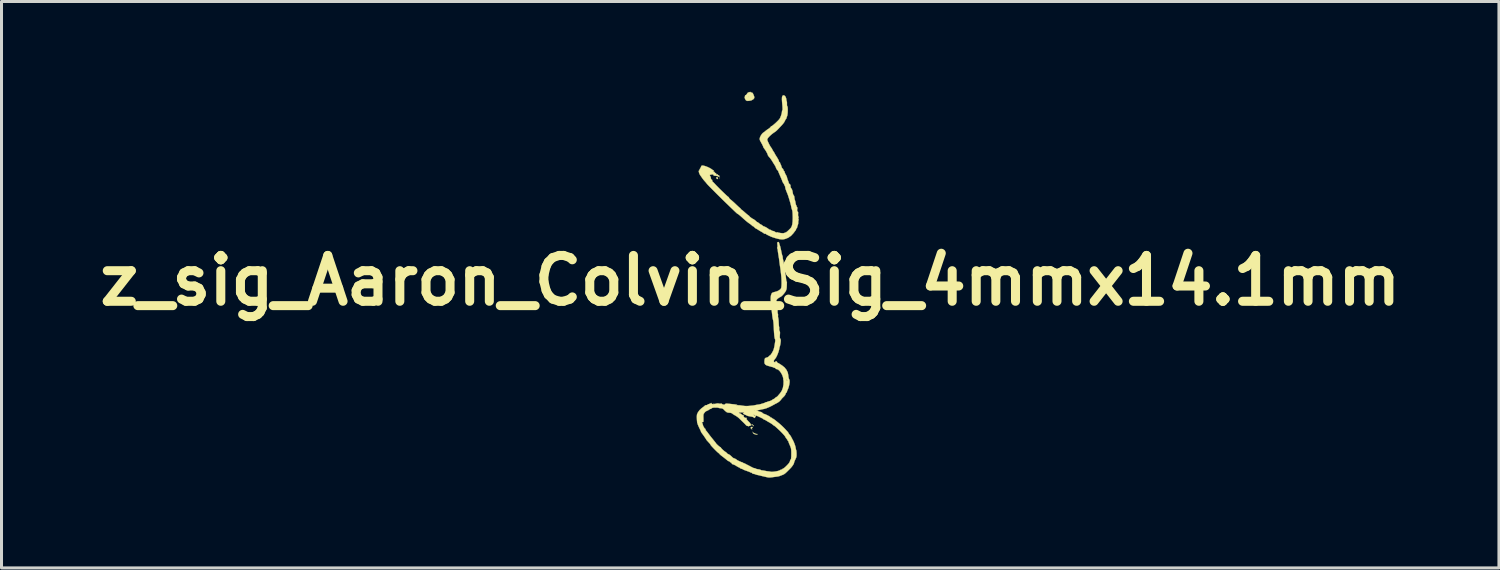
<source format=kicad_pcb>
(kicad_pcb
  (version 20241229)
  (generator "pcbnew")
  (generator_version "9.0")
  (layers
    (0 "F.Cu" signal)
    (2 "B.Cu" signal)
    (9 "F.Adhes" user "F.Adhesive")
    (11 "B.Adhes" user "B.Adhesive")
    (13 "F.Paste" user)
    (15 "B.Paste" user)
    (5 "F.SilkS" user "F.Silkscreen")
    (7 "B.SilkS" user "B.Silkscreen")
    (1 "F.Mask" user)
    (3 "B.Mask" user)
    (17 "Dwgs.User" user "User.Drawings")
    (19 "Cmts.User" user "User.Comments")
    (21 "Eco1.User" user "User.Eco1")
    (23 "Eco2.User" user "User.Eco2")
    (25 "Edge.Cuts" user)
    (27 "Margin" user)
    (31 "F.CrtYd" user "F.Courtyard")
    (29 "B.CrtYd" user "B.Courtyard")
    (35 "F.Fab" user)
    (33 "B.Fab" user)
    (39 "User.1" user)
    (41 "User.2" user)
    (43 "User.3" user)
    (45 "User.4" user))
  (footprint "z_sig_Aaron_Colvin_Sig_4mmx14.1mm"
    (layer "F.Cu")
    (at 21.888 6.275)
    (property "Reference" "z_sig_Aaron_Colvin_Sig_4mmx14.1mm" (at 0 0 0) (layer "F.SilkS") (effects (font (size 1.524 1.524) (thickness 0.3))))
    (attr through_hole)
    (fp_poly (pts (xy -0.051 4.858) (xy -0.057 4.864) (xy -0.064 4.858) (xy -0.057 4.851) (xy -0.051 4.858)) (stroke (width 0.01) (type solid)) (fill yes) (layer "F.SilkS"))
    (fp_poly (pts (xy 0.064 4.959) (xy 0.057 4.966) (xy 0.051 4.959) (xy 0.057 4.953) (xy 0.064 4.959)) (stroke (width 0.01) (type solid)) (fill yes) (layer "F.SilkS"))
    (fp_poly (pts (xy 0.089 5.036) (xy 0.083 5.042) (xy 0.076 5.036) (xy 0.083 5.029) (xy 0.089 5.036)) (stroke (width 0.01) (type solid)) (fill yes) (layer "F.SilkS"))
    (fp_poly (pts (xy -1.198 4.081) (xy -1.2 4.088) (xy -1.206 4.089) (xy -1.217 4.085) (xy -1.215 4.081) (xy -1.2 4.079) (xy -1.198 4.081)) (stroke (width 0.01) (type solid)) (fill yes) (layer "F.SilkS"))
    (fp_poly (pts (xy -1.008 -3.412) (xy -1.009 -3.405) (xy -1.016 -3.404) (xy -1.026 -3.408) (xy -1.024 -3.412) (xy -1.009 -3.414) (xy -1.008 -3.412)) (stroke (width 0.01) (type solid)) (fill yes) (layer "F.SilkS"))
    (fp_poly (pts (xy 0.076 4.785) (xy 0.076 4.788) (xy 0.067 4.8) (xy 0.064 4.801) (xy 0.051 4.791) (xy 0.051 4.788) (xy 0.06 4.776) (xy 0.064 4.775) (xy 0.076 4.785)) (stroke (width 0.01) (type solid)) (fill yes) (layer "F.SilkS"))
    (fp_poly (pts (xy 0.112 4.82) (xy 0.114 4.826) (xy 0.105 4.838) (xy 0.102 4.839) (xy 0.085 4.829) (xy 0.083 4.826) (xy 0.085 4.815) (xy 0.095 4.813) (xy 0.112 4.82)) (stroke (width 0.01) (type solid)) (fill yes) (layer "F.SilkS"))
    (fp_poly (pts (xy -1.093 -3.435) (xy -1.079 -3.415) (xy -1.072 -3.387) (xy -1.082 -3.374) (xy -1.104 -3.378) (xy -1.111 -3.383) (xy -1.127 -3.406) (xy -1.126 -3.421) (xy -1.112 -3.44) (xy -1.093 -3.435)) (stroke (width 0.01) (type solid)) (fill yes) (layer "F.SilkS"))
    (fp_poly (pts (xy 0.075 4.874) (xy 0.076 4.883) (xy 0.07 4.9) (xy 0.064 4.902) (xy 0.052 4.913) (xy 0.049 4.922) (xy 0.042 4.935) (xy 0.029 4.926) (xy 0.014 4.9) (xy 0.021 4.879) (xy 0.033 4.872) (xy 0.062 4.865) (xy 0.075 4.874)) (stroke (width 0.01) (type solid)) (fill yes) (layer "F.SilkS"))
    (fp_poly (pts (xy 0.103 5.058) (xy 0.128 5.07) (xy 0.148 5.081) (xy 0.183 5.096) (xy 0.212 5.102) (xy 0.218 5.101) (xy 0.237 5.101) (xy 0.241 5.107) (xy 0.231 5.116) (xy 0.204 5.118) (xy 0.17 5.113) (xy 0.137 5.103) (xy 0.124 5.096) (xy 0.1 5.078) (xy 0.089 5.065) (xy 0.089 5.064) (xy 0.092 5.056) (xy 0.103 5.058)) (stroke (width 0.01) (type solid)) (fill yes) (layer "F.SilkS"))
    (fp_poly (pts (xy 0.01 -6.263) (xy 0.025 -6.252) (xy 0.046 -6.248) (xy 0.067 -6.244) (xy 0.085 -6.225) (xy 0.103 -6.188) (xy 0.125 -6.134) (xy 0.135 -6.096) (xy 0.133 -6.068) (xy 0.119 -6.044) (xy 0.103 -6.027) (xy 0.048 -5.993) (xy 0.004 -5.981) (xy -0.055 -5.972) (xy -0.096 -5.971) (xy -0.123 -5.978) (xy -0.144 -5.993) (xy -0.148 -5.998) (xy -0.167 -6.027) (xy -0.18 -6.061) (xy -0.185 -6.093) (xy -0.183 -6.102) (xy -0.064 -6.102) (xy -0.057 -6.096) (xy -0.051 -6.102) (xy -0.057 -6.109) (xy -0.064 -6.102) (xy -0.183 -6.102) (xy -0.18 -6.113) (xy -0.178 -6.115) (xy -0.171 -6.131) (xy -0.173 -6.141) (xy -0.171 -6.156) (xy -0.157 -6.16) (xy -0.135 -6.171) (xy -0.111 -6.201) (xy -0.108 -6.207) (xy -0.083 -6.242) (xy -0.057 -6.255) (xy -0.057 -6.255) (xy -0.026 -6.261) (xy -0.013 -6.267) (xy 0.005 -6.27) (xy 0.01 -6.263)) (stroke (width 0.01) (type solid)) (fill yes) (layer "F.SilkS"))
    (fp_poly (pts (xy 1.116 -6.157) (xy 1.148 -6.141) (xy 1.175 -6.106) (xy 1.193 -6.057) (xy 1.199 -6.023) (xy 1.204 -5.986) (xy 1.211 -5.959) (xy 1.213 -5.956) (xy 1.219 -5.934) (xy 1.221 -5.897) (xy 1.22 -5.87) (xy 1.221 -5.821) (xy 1.229 -5.794) (xy 1.233 -5.79) (xy 1.24 -5.773) (xy 1.245 -5.737) (xy 1.247 -5.688) (xy 1.246 -5.632) (xy 1.244 -5.575) (xy 1.238 -5.523) (xy 1.231 -5.483) (xy 1.225 -5.464) (xy 1.212 -5.432) (xy 1.207 -5.408) (xy 1.2 -5.385) (xy 1.194 -5.378) (xy 1.182 -5.363) (xy 1.164 -5.333) (xy 1.15 -5.305) (xy 1.136 -5.276) (xy 1.119 -5.249) (xy 1.096 -5.219) (xy 1.066 -5.183) (xy 1.024 -5.137) (xy 0.969 -5.079) (xy 0.94 -5.048) (xy 0.9 -5.007) (xy 0.871 -4.979) (xy 0.847 -4.959) (xy 0.822 -4.941) (xy 0.794 -4.922) (xy 0.749 -4.89) (xy 0.699 -4.85) (xy 0.651 -4.806) (xy 0.611 -4.765) (xy 0.585 -4.732) (xy 0.585 -4.731) (xy 0.568 -4.699) (xy 0.566 -4.672) (xy 0.572 -4.653) (xy 0.592 -4.606) (xy 0.617 -4.554) (xy 0.644 -4.501) (xy 0.67 -4.456) (xy 0.691 -4.423) (xy 0.7 -4.412) (xy 0.718 -4.39) (xy 0.724 -4.376) (xy 0.731 -4.359) (xy 0.748 -4.328) (xy 0.768 -4.296) (xy 0.792 -4.261) (xy 0.808 -4.234) (xy 0.813 -4.223) (xy 0.819 -4.209) (xy 0.836 -4.18) (xy 0.859 -4.143) (xy 0.9 -4.078) (xy 0.927 -4.031) (xy 0.944 -3.997) (xy 0.952 -3.972) (xy 0.953 -3.962) (xy 0.961 -3.942) (xy 0.972 -3.937) (xy 0.987 -3.926) (xy 0.991 -3.912) (xy 0.995 -3.889) (xy 1.001 -3.881) (xy 1.01 -3.866) (xy 1.023 -3.835) (xy 1.035 -3.798) (xy 1.05 -3.755) (xy 1.066 -3.728) (xy 1.075 -3.721) (xy 1.09 -3.71) (xy 1.1 -3.684) (xy 1.111 -3.655) (xy 1.125 -3.64) (xy 1.139 -3.623) (xy 1.143 -3.605) (xy 1.15 -3.579) (xy 1.167 -3.542) (xy 1.181 -3.518) (xy 1.204 -3.476) (xy 1.22 -3.434) (xy 1.224 -3.416) (xy 1.235 -3.372) (xy 1.25 -3.334) (xy 1.267 -3.293) (xy 1.278 -3.254) (xy 1.287 -3.226) (xy 1.3 -3.213) (xy 1.301 -3.213) (xy 1.318 -3.202) (xy 1.333 -3.177) (xy 1.34 -3.147) (xy 1.338 -3.13) (xy 1.34 -3.107) (xy 1.355 -3.076) (xy 1.358 -3.071) (xy 1.378 -3.042) (xy 1.389 -3.021) (xy 1.39 -3.018) (xy 1.397 -2.993) (xy 1.4 -2.985) (xy 1.406 -2.961) (xy 1.412 -2.923) (xy 1.414 -2.909) (xy 1.423 -2.869) (xy 1.437 -2.841) (xy 1.442 -2.836) (xy 1.459 -2.81) (xy 1.468 -2.762) (xy 1.468 -2.756) (xy 1.473 -2.714) (xy 1.481 -2.68) (xy 1.485 -2.669) (xy 1.494 -2.643) (xy 1.502 -2.604) (xy 1.506 -2.58) (xy 1.513 -2.541) (xy 1.521 -2.514) (xy 1.526 -2.507) (xy 1.535 -2.49) (xy 1.537 -2.48) (xy 1.545 -2.454) (xy 1.556 -2.439) (xy 1.567 -2.416) (xy 1.565 -2.385) (xy 1.562 -2.376) (xy 1.558 -2.339) (xy 1.564 -2.307) (xy 1.578 -2.288) (xy 1.586 -2.286) (xy 1.59 -2.275) (xy 1.592 -2.245) (xy 1.59 -2.216) (xy 1.589 -2.166) (xy 1.596 -2.134) (xy 1.6 -2.128) (xy 1.608 -2.103) (xy 1.602 -2.086) (xy 1.596 -2.059) (xy 1.602 -2.048) (xy 1.61 -2.026) (xy 1.603 -1.997) (xy 1.596 -1.959) (xy 1.596 -1.928) (xy 1.595 -1.896) (xy 1.585 -1.857) (xy 1.582 -1.848) (xy 1.569 -1.812) (xy 1.562 -1.783) (xy 1.562 -1.778) (xy 1.553 -1.751) (xy 1.543 -1.74) (xy 1.527 -1.718) (xy 1.524 -1.706) (xy 1.516 -1.681) (xy 1.511 -1.673) (xy 1.497 -1.656) (xy 1.473 -1.624) (xy 1.443 -1.584) (xy 1.434 -1.572) (xy 1.356 -1.488) (xy 1.264 -1.424) (xy 1.168 -1.385) (xy 1.107 -1.37) (xy 1.048 -1.367) (xy 0.979 -1.375) (xy 0.955 -1.38) (xy 0.902 -1.392) (xy 0.838 -1.41) (xy 0.775 -1.429) (xy 0.72 -1.448) (xy 0.692 -1.459) (xy 0.62 -1.492) (xy 0.566 -1.519) (xy 0.532 -1.538) (xy 0.521 -1.549) (xy 0.521 -1.549) (xy 0.51 -1.555) (xy 0.489 -1.555) (xy 0.465 -1.556) (xy 0.457 -1.563) (xy 0.447 -1.575) (xy 0.42 -1.593) (xy 0.397 -1.607) (xy 0.348 -1.635) (xy 0.296 -1.666) (xy 0.279 -1.677) (xy 0.241 -1.701) (xy 0.206 -1.721) (xy 0.192 -1.727) (xy 0.162 -1.747) (xy 0.137 -1.772) (xy 0.115 -1.794) (xy 0.096 -1.803) (xy 0.096 -1.803) (xy 0.077 -1.812) (xy 0.056 -1.831) (xy 0.032 -1.852) (xy -0.004 -1.88) (xy -0.038 -1.903) (xy -0.073 -1.928) (xy -0.121 -1.966) (xy -0.176 -2.013) (xy -0.233 -2.063) (xy -0.25 -2.079) (xy -0.3 -2.124) (xy -0.345 -2.163) (xy -0.38 -2.192) (xy -0.402 -2.208) (xy -0.407 -2.21) (xy -0.422 -2.218) (xy -0.451 -2.24) (xy -0.486 -2.273) (xy -0.5 -2.286) (xy -0.534 -2.318) (xy -0.581 -2.364) (xy -0.639 -2.419) (xy -0.702 -2.48) (xy -0.766 -2.542) (xy -0.774 -2.549) (xy -0.836 -2.609) (xy -0.904 -2.675) (xy -0.976 -2.746) (xy -1.05 -2.819) (xy -1.124 -2.892) (xy -1.195 -2.964) (xy -1.262 -3.031) (xy -1.322 -3.091) (xy -1.373 -3.143) (xy -1.412 -3.184) (xy -1.438 -3.212) (xy -1.448 -3.224) (xy -1.448 -3.225) (xy -1.456 -3.237) (xy -1.477 -3.262) (xy -1.503 -3.291) (xy -1.539 -3.332) (xy -1.573 -3.375) (xy -1.591 -3.399) (xy -1.619 -3.44) (xy -1.652 -3.486) (xy -1.664 -3.504) (xy -1.685 -3.54) (xy -1.7 -3.579) (xy -1.709 -3.616) (xy -1.71 -3.645) (xy -1.702 -3.657) (xy -1.7 -3.658) (xy -1.69 -3.668) (xy -1.689 -3.675) (xy -1.682 -3.697) (xy -1.666 -3.723) (xy -1.645 -3.758) (xy -1.634 -3.788) (xy -1.621 -3.814) (xy -1.597 -3.823) (xy -1.591 -3.823) (xy -1.541 -3.816) (xy -1.478 -3.797) (xy -1.409 -3.77) (xy -1.342 -3.737) (xy -1.284 -3.702) (xy -1.249 -3.675) (xy -1.227 -3.658) (xy -1.211 -3.656) (xy -1.211 -3.656) (xy -1.209 -3.654) (xy -1.218 -3.642) (xy -1.227 -3.623) (xy -1.214 -3.617) (xy -1.204 -3.618) (xy -1.191 -3.609) (xy -1.181 -3.594) (xy -1.163 -3.574) (xy -1.149 -3.569) (xy -1.134 -3.558) (xy -1.13 -3.543) (xy -1.125 -3.523) (xy -1.118 -3.518) (xy -1.106 -3.528) (xy -1.105 -3.533) (xy -1.099 -3.536) (xy -1.085 -3.521) (xy -1.067 -3.502) (xy -1.054 -3.499) (xy -1.04 -3.495) (xy -1.029 -3.481) (xy -1.023 -3.456) (xy -1.035 -3.446) (xy -1.057 -3.453) (xy -1.066 -3.46) (xy -1.096 -3.474) (xy -1.143 -3.481) (xy -1.153 -3.482) (xy -1.192 -3.484) (xy -1.214 -3.492) (xy -1.223 -3.506) (xy -1.224 -3.509) (xy -1.231 -3.524) (xy -1.247 -3.529) (xy -1.279 -3.526) (xy -1.285 -3.525) (xy -1.319 -3.519) (xy -1.342 -3.512) (xy -1.345 -3.511) (xy -1.343 -3.497) (xy -1.331 -3.471) (xy -1.329 -3.467) (xy -1.315 -3.437) (xy -1.31 -3.414) (xy -1.31 -3.413) (xy -1.308 -3.391) (xy -1.296 -3.367) (xy -1.282 -3.349) (xy -1.271 -3.346) (xy -1.264 -3.342) (xy -1.266 -3.328) (xy -1.261 -3.3) (xy -1.244 -3.281) (xy -1.214 -3.253) (xy -1.189 -3.227) (xy -1.159 -3.194) (xy -1.119 -3.152) (xy -1.069 -3.102) (xy -1.015 -3.047) (xy -0.958 -2.991) (xy -0.901 -2.936) (xy -0.848 -2.885) (xy -0.802 -2.841) (xy -0.765 -2.808) (xy -0.74 -2.787) (xy -0.731 -2.781) (xy -0.715 -2.771) (xy -0.707 -2.752) (xy -0.692 -2.728) (xy -0.664 -2.699) (xy -0.647 -2.686) (xy -0.618 -2.663) (xy -0.576 -2.626) (xy -0.527 -2.582) (xy -0.475 -2.533) (xy -0.466 -2.524) (xy -0.419 -2.48) (xy -0.378 -2.442) (xy -0.347 -2.415) (xy -0.33 -2.401) (xy -0.327 -2.4) (xy -0.319 -2.39) (xy -0.318 -2.381) (xy -0.312 -2.366) (xy -0.306 -2.365) (xy -0.293 -2.359) (xy -0.265 -2.338) (xy -0.228 -2.307) (xy -0.197 -2.28) (xy -0.152 -2.24) (xy -0.109 -2.204) (xy -0.076 -2.177) (xy -0.062 -2.167) (xy -0.037 -2.149) (xy -0.026 -2.134) (xy -0.025 -2.133) (xy -0.016 -2.122) (xy 0.008 -2.102) (xy 0.038 -2.08) (xy 0.068 -2.059) (xy 0.091 -2.047) (xy 0.097 -2.045) (xy 0.112 -2.037) (xy 0.138 -2.019) (xy 0.168 -1.996) (xy 0.193 -1.974) (xy 0.207 -1.959) (xy 0.225 -1.944) (xy 0.232 -1.943) (xy 0.251 -1.935) (xy 0.279 -1.915) (xy 0.292 -1.904) (xy 0.32 -1.882) (xy 0.341 -1.868) (xy 0.346 -1.867) (xy 0.362 -1.86) (xy 0.389 -1.841) (xy 0.401 -1.832) (xy 0.428 -1.812) (xy 0.445 -1.802) (xy 0.448 -1.801) (xy 0.46 -1.799) (xy 0.488 -1.787) (xy 0.523 -1.769) (xy 0.559 -1.748) (xy 0.59 -1.727) (xy 0.606 -1.715) (xy 0.629 -1.697) (xy 0.644 -1.691) (xy 0.666 -1.688) (xy 0.693 -1.675) (xy 0.712 -1.661) (xy 0.712 -1.661) (xy 0.73 -1.652) (xy 0.75 -1.648) (xy 0.783 -1.641) (xy 0.8 -1.633) (xy 0.845 -1.605) (xy 0.876 -1.597) (xy 0.89 -1.601) (xy 0.908 -1.605) (xy 0.914 -1.601) (xy 0.929 -1.594) (xy 0.963 -1.587) (xy 1.008 -1.579) (xy 1.014 -1.578) (xy 1.069 -1.573) (xy 1.107 -1.574) (xy 1.134 -1.581) (xy 1.139 -1.583) (xy 1.167 -1.596) (xy 1.186 -1.6) (xy 1.201 -1.609) (xy 1.229 -1.631) (xy 1.265 -1.663) (xy 1.302 -1.699) (xy 1.337 -1.735) (xy 1.353 -1.753) (xy 1.379 -1.8) (xy 1.398 -1.869) (xy 1.409 -1.962) (xy 1.413 -2.078) (xy 1.412 -2.132) (xy 1.409 -2.225) (xy 1.404 -2.293) (xy 1.396 -2.336) (xy 1.392 -2.348) (xy 1.379 -2.382) (xy 1.368 -2.426) (xy 1.366 -2.438) (xy 1.356 -2.489) (xy 1.339 -2.557) (xy 1.317 -2.635) (xy 1.293 -2.715) (xy 1.269 -2.793) (xy 1.246 -2.86) (xy 1.227 -2.908) (xy 1.201 -2.971) (xy 1.18 -3.028) (xy 1.167 -3.073) (xy 1.163 -3.101) (xy 1.164 -3.106) (xy 1.161 -3.126) (xy 1.157 -3.13) (xy 1.144 -3.149) (xy 1.143 -3.156) (xy 1.136 -3.176) (xy 1.119 -3.208) (xy 1.105 -3.23) (xy 1.083 -3.264) (xy 1.07 -3.29) (xy 1.067 -3.299) (xy 1.062 -3.317) (xy 1.049 -3.35) (xy 1.034 -3.386) (xy 1.015 -3.43) (xy 0.999 -3.467) (xy 0.991 -3.486) (xy 0.98 -3.513) (xy 0.963 -3.551) (xy 0.954 -3.572) (xy 0.939 -3.608) (xy 0.929 -3.636) (xy 0.927 -3.645) (xy 0.918 -3.657) (xy 0.916 -3.658) (xy 0.903 -3.668) (xy 0.884 -3.692) (xy 0.866 -3.723) (xy 0.854 -3.751) (xy 0.851 -3.763) (xy 0.844 -3.782) (xy 0.827 -3.813) (xy 0.816 -3.831) (xy 0.792 -3.868) (xy 0.761 -3.918) (xy 0.731 -3.968) (xy 0.73 -3.969) (xy 0.698 -4.019) (xy 0.663 -4.067) (xy 0.632 -4.103) (xy 0.632 -4.103) (xy 0.605 -4.134) (xy 0.588 -4.162) (xy 0.584 -4.173) (xy 0.577 -4.198) (xy 0.559 -4.237) (xy 0.534 -4.284) (xy 0.504 -4.333) (xy 0.474 -4.376) (xy 0.468 -4.383) (xy 0.446 -4.414) (xy 0.433 -4.438) (xy 0.432 -4.444) (xy 0.426 -4.463) (xy 0.409 -4.5) (xy 0.379 -4.557) (xy 0.338 -4.631) (xy 0.319 -4.672) (xy 0.314 -4.708) (xy 0.317 -4.734) (xy 0.331 -4.777) (xy 0.357 -4.826) (xy 0.388 -4.872) (xy 0.42 -4.906) (xy 0.435 -4.917) (xy 0.463 -4.935) (xy 0.495 -4.962) (xy 0.5 -4.966) (xy 0.533 -4.993) (xy 0.575 -5.023) (xy 0.598 -5.037) (xy 0.635 -5.063) (xy 0.664 -5.089) (xy 0.675 -5.102) (xy 0.692 -5.124) (xy 0.705 -5.131) (xy 0.724 -5.139) (xy 0.756 -5.162) (xy 0.796 -5.196) (xy 0.842 -5.236) (xy 0.887 -5.279) (xy 0.928 -5.32) (xy 0.961 -5.356) (xy 0.979 -5.38) (xy 1.002 -5.425) (xy 1.024 -5.482) (xy 1.042 -5.54) (xy 1.052 -5.59) (xy 1.054 -5.609) (xy 1.058 -5.64) (xy 1.066 -5.657) (xy 1.067 -5.658) (xy 1.072 -5.669) (xy 1.074 -5.698) (xy 1.073 -5.745) (xy 1.069 -5.813) (xy 1.061 -5.903) (xy 1.058 -5.937) (xy 1.053 -6.023) (xy 1.055 -6.086) (xy 1.066 -6.128) (xy 1.084 -6.151) (xy 1.111 -6.157) (xy 1.116 -6.157)) (stroke (width 0.01) (type solid)) (fill yes) (layer "F.SilkS"))
    (fp_poly (pts (xy 0.95 -1.273) (xy 0.961 -1.245) (xy 0.965 -1.229) (xy 0.976 -1.189) (xy 0.988 -1.156) (xy 0.99 -1.149) (xy 0.997 -1.127) (xy 1.007 -1.086) (xy 1.019 -1.032) (xy 1.03 -0.978) (xy 1.042 -0.919) (xy 1.053 -0.87) (xy 1.063 -0.835) (xy 1.069 -0.82) (xy 1.077 -0.799) (xy 1.079 -0.77) (xy 1.083 -0.729) (xy 1.091 -0.693) (xy 1.099 -0.662) (xy 1.109 -0.611) (xy 1.12 -0.544) (xy 1.133 -0.466) (xy 1.147 -0.381) (xy 1.159 -0.295) (xy 1.171 -0.211) (xy 1.182 -0.134) (xy 1.189 -0.069) (xy 1.192 -0.047) (xy 1.197 -0.004) (xy 1.204 0.026) (xy 1.21 0.038) (xy 1.21 0.038) (xy 1.219 0.046) (xy 1.219 0.054) (xy 1.218 0.067) (xy 1.217 0.1) (xy 1.216 0.146) (xy 1.215 0.171) (xy 1.212 0.234) (xy 1.206 0.28) (xy 1.195 0.318) (xy 1.182 0.347) (xy 1.152 0.396) (xy 1.112 0.447) (xy 1.07 0.494) (xy 1.031 0.528) (xy 1.015 0.538) (xy 0.961 0.568) (xy 0.924 0.593) (xy 0.895 0.619) (xy 0.893 0.621) (xy 0.87 0.654) (xy 0.864 0.684) (xy 0.876 0.704) (xy 0.876 0.705) (xy 0.882 0.721) (xy 0.886 0.754) (xy 0.886 0.795) (xy 0.887 0.841) (xy 0.891 0.874) (xy 0.898 0.887) (xy 0.904 0.904) (xy 0.908 0.941) (xy 0.908 0.991) (xy 0.908 1.039) (xy 0.911 1.078) (xy 0.917 1.101) (xy 0.917 1.102) (xy 0.924 1.124) (xy 0.924 1.158) (xy 0.923 1.163) (xy 0.922 1.204) (xy 0.929 1.241) (xy 0.929 1.242) (xy 0.935 1.27) (xy 0.941 1.315) (xy 0.945 1.37) (xy 0.946 1.397) (xy 0.949 1.452) (xy 0.952 1.499) (xy 0.957 1.532) (xy 0.959 1.54) (xy 0.964 1.569) (xy 0.962 1.605) (xy 0.961 1.606) (xy 0.964 1.654) (xy 0.974 1.676) (xy 0.984 1.696) (xy 0.989 1.724) (xy 0.988 1.766) (xy 0.985 1.809) (xy 0.982 1.864) (xy 0.983 1.899) (xy 0.988 1.92) (xy 0.995 1.929) (xy 1.008 1.951) (xy 1.014 1.985) (xy 1.014 1.991) (xy 1.012 2.032) (xy 1.006 2.083) (xy 0.997 2.136) (xy 0.987 2.18) (xy 0.981 2.197) (xy 0.973 2.226) (xy 0.97 2.242) (xy 0.958 2.303) (xy 0.938 2.372) (xy 0.912 2.443) (xy 0.883 2.509) (xy 0.855 2.562) (xy 0.833 2.593) (xy 0.796 2.639) (xy 0.781 2.674) (xy 0.788 2.7) (xy 0.81 2.715) (xy 0.83 2.715) (xy 0.838 2.698) (xy 0.838 2.697) (xy 0.846 2.683) (xy 0.858 2.685) (xy 0.879 2.691) (xy 0.884 2.692) (xy 0.889 2.703) (xy 0.889 2.71) (xy 0.899 2.729) (xy 0.911 2.736) (xy 0.925 2.741) (xy 0.941 2.749) (xy 0.964 2.763) (xy 0.999 2.785) (xy 1.05 2.818) (xy 1.055 2.821) (xy 1.14 2.889) (xy 1.204 2.969) (xy 1.247 3.059) (xy 1.266 3.157) (xy 1.266 3.162) (xy 1.271 3.209) (xy 1.28 3.25) (xy 1.289 3.272) (xy 1.304 3.307) (xy 1.309 3.336) (xy 1.307 3.397) (xy 1.295 3.47) (xy 1.277 3.542) (xy 1.255 3.604) (xy 1.252 3.609) (xy 1.234 3.65) (xy 1.222 3.683) (xy 1.219 3.699) (xy 1.209 3.72) (xy 1.201 3.725) (xy 1.186 3.741) (xy 1.175 3.771) (xy 1.175 3.771) (xy 1.16 3.805) (xy 1.128 3.846) (xy 1.077 3.897) (xy 1.068 3.905) (xy 1.053 3.922) (xy 1.029 3.952) (xy 1.013 3.973) (xy 0.97 4.018) (xy 0.918 4.055) (xy 0.908 4.061) (xy 0.869 4.081) (xy 0.839 4.096) (xy 0.812 4.111) (xy 0.778 4.13) (xy 0.73 4.156) (xy 0.724 4.16) (xy 0.635 4.204) (xy 0.547 4.241) (xy 0.468 4.266) (xy 0.431 4.273) (xy 0.384 4.282) (xy 0.33 4.294) (xy 0.308 4.3) (xy 0.266 4.308) (xy 0.232 4.311) (xy 0.219 4.31) (xy 0.207 4.308) (xy 0.218 4.317) (xy 0.222 4.32) (xy 0.256 4.338) (xy 0.299 4.355) (xy 0.338 4.366) (xy 0.357 4.369) (xy 0.378 4.377) (xy 0.405 4.399) (xy 0.406 4.401) (xy 0.431 4.422) (xy 0.452 4.432) (xy 0.453 4.432) (xy 0.476 4.438) (xy 0.513 4.452) (xy 0.557 4.473) (xy 0.601 4.495) (xy 0.638 4.516) (xy 0.663 4.533) (xy 0.668 4.54) (xy 0.686 4.556) (xy 0.7 4.559) (xy 0.72 4.565) (xy 0.724 4.572) (xy 0.734 4.584) (xy 0.737 4.585) (xy 0.756 4.592) (xy 0.787 4.612) (xy 0.825 4.638) (xy 0.852 4.661) (xy 0.877 4.681) (xy 0.909 4.707) (xy 0.916 4.712) (xy 0.979 4.764) (xy 1.048 4.826) (xy 1.114 4.89) (xy 1.169 4.947) (xy 1.174 4.953) (xy 1.206 4.988) (xy 1.231 5.015) (xy 1.244 5.029) (xy 1.245 5.029) (xy 1.256 5.044) (xy 1.272 5.072) (xy 1.275 5.076) (xy 1.293 5.106) (xy 1.31 5.126) (xy 1.311 5.127) (xy 1.326 5.144) (xy 1.346 5.174) (xy 1.358 5.194) (xy 1.382 5.241) (xy 1.41 5.293) (xy 1.422 5.315) (xy 1.446 5.365) (xy 1.469 5.422) (xy 1.489 5.48) (xy 1.504 5.532) (xy 1.511 5.569) (xy 1.511 5.574) (xy 1.517 5.609) (xy 1.524 5.627) (xy 1.531 5.65) (xy 1.536 5.692) (xy 1.539 5.743) (xy 1.539 5.756) (xy 1.539 5.812) (xy 1.535 5.852) (xy 1.526 5.888) (xy 1.507 5.929) (xy 1.501 5.942) (xy 1.481 5.984) (xy 1.466 6.02) (xy 1.461 6.04) (xy 1.46 6.041) (xy 1.45 6.082) (xy 1.421 6.135) (xy 1.376 6.196) (xy 1.315 6.263) (xy 1.31 6.267) (xy 1.25 6.327) (xy 1.204 6.372) (xy 1.169 6.404) (xy 1.141 6.426) (xy 1.117 6.441) (xy 1.093 6.453) (xy 1.078 6.459) (xy 1.038 6.474) (xy 1.005 6.487) (xy 0.997 6.49) (xy 0.971 6.5) (xy 0.942 6.508) (xy 0.904 6.515) (xy 0.851 6.522) (xy 0.806 6.528) (xy 0.752 6.535) (xy 0.706 6.541) (xy 0.674 6.545) (xy 0.667 6.546) (xy 0.635 6.547) (xy 0.603 6.545) (xy 0.57 6.539) (xy 0.517 6.528) (xy 0.442 6.51) (xy 0.345 6.487) (xy 0.305 6.477) (xy 0.264 6.467) (xy 0.229 6.46) (xy 0.221 6.458) (xy 0.187 6.449) (xy 0.168 6.44) (xy 0.134 6.429) (xy 0.108 6.426) (xy 0.081 6.42) (xy 0.068 6.407) (xy 0.051 6.391) (xy 0.039 6.388) (xy 0.014 6.382) (xy 0.006 6.377) (xy -0.011 6.368) (xy -0.046 6.353) (xy -0.093 6.336) (xy -0.119 6.327) (xy -0.17 6.309) (xy -0.212 6.292) (xy -0.239 6.279) (xy -0.245 6.275) (xy -0.266 6.262) (xy -0.273 6.261) (xy -0.296 6.256) (xy -0.324 6.244) (xy -0.347 6.23) (xy -0.356 6.22) (xy -0.366 6.211) (xy -0.373 6.21) (xy -0.393 6.204) (xy -0.425 6.186) (xy -0.459 6.165) (xy -0.502 6.139) (xy -0.543 6.12) (xy -0.567 6.112) (xy -0.602 6.099) (xy -0.614 6.081) (xy -0.631 6.057) (xy -0.646 6.049) (xy -0.67 6.036) (xy -0.678 6.025) (xy -0.695 6.01) (xy -0.708 6.007) (xy -0.729 5.999) (xy -0.761 5.978) (xy -0.783 5.959) (xy -0.819 5.93) (xy -0.866 5.892) (xy -0.917 5.853) (xy -0.932 5.842) (xy -0.974 5.81) (xy -1.006 5.782) (xy -1.025 5.762) (xy -1.028 5.756) (xy -1.039 5.742) (xy -1.044 5.74) (xy -1.058 5.732) (xy -1.085 5.708) (xy -1.122 5.674) (xy -1.164 5.632) (xy -1.207 5.588) (xy -1.249 5.544) (xy -1.284 5.506) (xy -1.309 5.476) (xy -1.321 5.459) (xy -1.321 5.458) (xy -1.323 5.45) (xy -1.331 5.437) (xy -1.347 5.417) (xy -1.376 5.386) (xy -1.419 5.339) (xy -1.443 5.312) (xy -1.458 5.294) (xy -1.46 5.29) (xy -1.467 5.276) (xy -1.486 5.246) (xy -1.512 5.208) (xy -1.542 5.164) (xy -1.572 5.122) (xy -1.594 5.093) (xy -1.618 5.059) (xy -1.634 5.033) (xy -1.638 5.023) (xy -1.643 5.005) (xy -1.657 4.973) (xy -1.67 4.947) (xy -1.705 4.874) (xy -1.73 4.818) (xy -1.748 4.773) (xy -1.759 4.733) (xy -1.763 4.71) (xy -1.609 4.71) (xy -1.608 4.719) (xy -1.598 4.734) (xy -1.583 4.763) (xy -1.576 4.793) (xy -1.568 4.823) (xy -1.551 4.858) (xy -1.531 4.893) (xy -1.511 4.918) (xy -1.497 4.928) (xy -1.488 4.938) (xy -1.486 4.951) (xy -1.477 4.98) (xy -1.468 4.99) (xy -1.451 5.008) (xy -1.426 5.04) (xy -1.397 5.079) (xy -1.395 5.082) (xy -1.363 5.124) (xy -1.322 5.178) (xy -1.276 5.236) (xy -1.241 5.278) (xy -1.204 5.325) (xy -1.172 5.364) (xy -1.151 5.391) (xy -1.143 5.403) (xy -1.143 5.403) (xy -1.134 5.417) (xy -1.111 5.442) (xy -1.08 5.472) (xy -1.047 5.501) (xy -1.018 5.524) (xy -0.999 5.537) (xy -0.996 5.537) (xy -0.98 5.545) (xy -0.978 5.551) (xy -0.969 5.567) (xy -0.945 5.594) (xy -0.913 5.626) (xy -0.877 5.657) (xy -0.843 5.684) (xy -0.823 5.697) (xy -0.793 5.718) (xy -0.775 5.739) (xy -0.754 5.76) (xy -0.726 5.772) (xy -0.699 5.785) (xy -0.663 5.811) (xy -0.628 5.843) (xy -0.595 5.874) (xy -0.568 5.897) (xy -0.552 5.905) (xy -0.552 5.905) (xy -0.529 5.912) (xy -0.497 5.926) (xy -0.467 5.943) (xy -0.45 5.957) (xy -0.435 5.969) (xy -0.404 5.986) (xy -0.363 6.005) (xy -0.321 6.024) (xy -0.285 6.038) (xy -0.262 6.045) (xy -0.26 6.045) (xy -0.242 6.053) (xy -0.239 6.057) (xy -0.225 6.068) (xy -0.21 6.073) (xy -0.186 6.079) (xy -0.178 6.083) (xy -0.164 6.092) (xy -0.134 6.108) (xy -0.114 6.118) (xy -0.068 6.141) (xy -0.016 6.168) (xy 0.006 6.18) (xy 0.056 6.206) (xy 0.088 6.222) (xy 0.109 6.231) (xy 0.123 6.235) (xy 0.137 6.236) (xy 0.139 6.236) (xy 0.163 6.241) (xy 0.171 6.247) (xy 0.189 6.258) (xy 0.228 6.268) (xy 0.284 6.277) (xy 0.295 6.278) (xy 0.327 6.286) (xy 0.345 6.296) (xy 0.371 6.307) (xy 0.394 6.31) (xy 0.426 6.313) (xy 0.468 6.321) (xy 0.483 6.324) (xy 0.533 6.334) (xy 0.588 6.342) (xy 0.601 6.343) (xy 0.638 6.347) (xy 0.662 6.351) (xy 0.667 6.352) (xy 0.688 6.359) (xy 0.73 6.359) (xy 0.79 6.353) (xy 0.855 6.344) (xy 0.908 6.333) (xy 0.952 6.321) (xy 0.981 6.309) (xy 0.986 6.305) (xy 1.012 6.29) (xy 1.028 6.287) (xy 1.055 6.277) (xy 1.067 6.267) (xy 1.087 6.251) (xy 1.097 6.248) (xy 1.114 6.24) (xy 1.143 6.217) (xy 1.179 6.184) (xy 1.185 6.179) (xy 1.333 6.179) (xy 1.34 6.185) (xy 1.346 6.179) (xy 1.34 6.172) (xy 1.333 6.179) (xy 1.185 6.179) (xy 1.218 6.146) (xy 1.254 6.108) (xy 1.282 6.075) (xy 1.287 6.068) (xy 1.308 6.035) (xy 1.32 6.007) (xy 1.321 5.999) (xy 1.329 5.973) (xy 1.343 5.953) (xy 1.352 5.939) (xy 1.358 5.918) (xy 1.362 5.886) (xy 1.363 5.874) (xy 1.41 5.874) (xy 1.416 5.88) (xy 1.422 5.874) (xy 1.416 5.867) (xy 1.41 5.874) (xy 1.363 5.874) (xy 1.364 5.838) (xy 1.365 5.77) (xy 1.365 5.762) (xy 1.365 5.689) (xy 1.362 5.634) (xy 1.357 5.59) (xy 1.346 5.549) (xy 1.329 5.504) (xy 1.304 5.447) (xy 1.3 5.438) (xy 1.284 5.399) (xy 1.273 5.366) (xy 1.27 5.353) (xy 1.263 5.336) (xy 1.257 5.334) (xy 1.246 5.324) (xy 1.245 5.318) (xy 1.237 5.299) (xy 1.217 5.27) (xy 1.207 5.257) (xy 1.184 5.228) (xy 1.171 5.205) (xy 1.169 5.199) (xy 1.16 5.183) (xy 1.138 5.154) (xy 1.105 5.116) (xy 1.066 5.073) (xy 1.024 5.03) (xy 0.991 4.997) (xy 0.916 4.927) (xy 0.86 4.876) (xy 0.821 4.842) (xy 0.8 4.827) (xy 0.796 4.826) (xy 0.781 4.818) (xy 0.757 4.798) (xy 0.752 4.794) (xy 0.723 4.771) (xy 0.681 4.743) (xy 0.635 4.716) (xy 0.589 4.69) (xy 0.547 4.665) (xy 0.518 4.647) (xy 0.518 4.647) (xy 0.488 4.63) (xy 0.464 4.623) (xy 0.464 4.623) (xy 0.447 4.618) (xy 0.444 4.613) (xy 0.434 4.601) (xy 0.416 4.589) (xy 0.348 4.555) (xy 0.298 4.531) (xy 0.262 4.514) (xy 0.236 4.503) (xy 0.217 4.496) (xy 0.212 4.495) (xy 0.186 4.49) (xy 0.181 4.497) (xy 0.182 4.5) (xy 0.179 4.52) (xy 0.163 4.546) (xy 0.162 4.547) (xy 0.144 4.567) (xy 0.133 4.569) (xy 0.12 4.554) (xy 0.1 4.539) (xy 0.06 4.527) (xy 0.003 4.517) (xy -0.047 4.508) (xy -0.089 4.498) (xy -0.114 4.488) (xy -0.117 4.486) (xy -0.141 4.472) (xy -0.172 4.458) (xy 0.104 4.458) (xy 0.109 4.465) (xy 0.121 4.475) (xy 0.149 4.493) (xy 0.164 4.491) (xy 0.165 4.483) (xy 0.156 4.471) (xy 0.153 4.47) (xy 0.132 4.467) (xy 0.119 4.462) (xy 0.104 4.458) (xy -0.172 4.458) (xy -0.177 4.456) (xy -0.185 4.453) (xy -0.217 4.439) (xy -0.236 4.423) (xy -0.239 4.412) (xy -0.223 4.407) (xy -0.206 4.401) (xy -0.203 4.395) (xy -0.215 4.389) (xy -0.245 4.385) (xy -0.289 4.383) (xy -0.292 4.383) (xy -0.341 4.385) (xy -0.371 4.39) (xy -0.381 4.398) (xy -0.369 4.408) (xy -0.346 4.415) (xy -0.312 4.43) (xy -0.281 4.454) (xy -0.256 4.473) (xy -0.234 4.478) (xy -0.233 4.478) (xy -0.22 4.478) (xy -0.222 4.494) (xy -0.218 4.52) (xy -0.199 4.546) (xy -0.17 4.564) (xy -0.142 4.566) (xy -0.141 4.566) (xy -0.119 4.566) (xy -0.114 4.578) (xy -0.127 4.591) (xy -0.129 4.598) (xy -0.121 4.612) (xy -0.101 4.637) (xy -0.067 4.675) (xy -0.017 4.727) (xy -0.013 4.732) (xy 0.006 4.756) (xy 0.013 4.772) (xy 0.023 4.789) (xy 0.029 4.792) (xy 0.037 4.801) (xy 0.027 4.813) (xy 0.002 4.825) (xy -0.03 4.834) (xy -0.063 4.836) (xy -0.104 4.832) (xy -0.132 4.817) (xy -0.145 4.803) (xy -0.167 4.778) (xy -0.201 4.744) (xy -0.239 4.706) (xy -0.241 4.704) (xy -0.286 4.661) (xy -0.333 4.615) (xy -0.368 4.58) (xy -0.413 4.542) (xy -0.466 4.505) (xy -0.495 4.488) (xy -0.538 4.463) (xy -0.577 4.438) (xy -0.596 4.423) (xy -0.629 4.403) (xy -0.672 4.395) (xy -0.69 4.394) (xy -0.736 4.391) (xy -0.772 4.381) (xy -0.807 4.358) (xy -0.847 4.32) (xy -0.855 4.312) (xy 0.14 4.312) (xy 0.146 4.318) (xy 0.152 4.312) (xy 0.146 4.305) (xy 0.14 4.312) (xy -0.855 4.312) (xy -0.859 4.308) (xy -0.892 4.275) (xy -0.919 4.257) (xy -0.951 4.248) (xy -0.984 4.244) (xy -1.022 4.24) (xy -1.048 4.235) (xy -1.054 4.231) (xy -1.066 4.227) (xy -1.097 4.224) (xy -1.141 4.223) (xy -1.154 4.223) (xy -1.211 4.224) (xy -1.248 4.229) (xy -1.272 4.239) (xy -1.279 4.245) (xy -1.305 4.262) (xy -1.323 4.267) (xy -1.345 4.275) (xy -1.367 4.291) (xy -1.397 4.311) (xy -1.434 4.328) (xy -1.436 4.329) (xy -1.474 4.346) (xy -1.506 4.375) (xy -1.54 4.42) (xy -1.542 4.423) (xy -1.552 4.444) (xy -1.557 4.473) (xy -1.558 4.516) (xy -1.556 4.576) (xy -1.555 4.635) (xy -1.556 4.677) (xy -1.56 4.698) (xy -1.563 4.701) (xy -1.586 4.705) (xy -1.587 4.705) (xy -1.607 4.71) (xy -1.609 4.71) (xy -1.763 4.71) (xy -1.767 4.693) (xy -1.771 4.646) (xy -1.773 4.616) (xy -1.776 4.53) (xy -1.772 4.468) (xy -1.767 4.443) (xy -1.735 4.376) (xy -1.685 4.309) (xy -1.624 4.251) (xy -1.599 4.232) (xy -1.562 4.205) (xy -1.533 4.182) (xy -1.52 4.169) (xy -1.511 4.163) (xy -0.477 4.163) (xy -0.465 4.165) (xy -0.448 4.162) (xy -0.448 4.158) (xy -0.465 4.155) (xy -0.472 4.157) (xy -0.477 4.163) (xy -1.511 4.163) (xy -1.5 4.155) (xy -1.486 4.153) (xy -1.461 4.147) (xy -1.428 4.134) (xy -1.257 4.134) (xy -1.251 4.14) (xy -1.245 4.134) (xy -1.251 4.128) (xy -1.257 4.134) (xy -1.428 4.134) (xy -1.425 4.132) (xy -1.402 4.121) (xy -1.365 4.103) (xy -1.336 4.092) (xy -1.325 4.089) (xy -1.31 4.081) (xy -1.308 4.076) (xy -1.3 4.068) (xy -1.295 4.07) (xy -1.287 4.085) (xy -1.289 4.089) (xy -1.283 4.098) (xy -1.261 4.104) (xy -1.228 4.108) (xy -1.194 4.107) (xy -1.171 4.102) (xy -1.126 4.09) (xy -1.087 4.084) (xy -1.061 4.083) (xy -1.054 4.088) (xy -1.043 4.093) (xy -1.014 4.094) (xy -0.997 4.093) (xy -0.957 4.091) (xy -0.94 4.098) (xy -0.94 4.1) (xy -0.929 4.112) (xy -0.915 4.115) (xy -0.891 4.121) (xy -0.882 4.128) (xy -0.868 4.131) (xy -0.844 4.114) (xy -0.825 4.099) (xy -0.805 4.092) (xy -0.775 4.091) (xy -0.729 4.095) (xy -0.727 4.095) (xy -0.674 4.1) (xy -0.623 4.106) (xy -0.591 4.109) (xy -0.517 4.117) (xy -0.465 4.125) (xy -0.437 4.134) (xy -0.432 4.139) (xy -0.421 4.145) (xy -0.396 4.146) (xy -0.366 4.146) (xy -0.321 4.151) (xy -0.269 4.159) (xy -0.261 4.16) (xy -0.201 4.168) (xy -0.137 4.172) (xy -0.084 4.171) (xy -0.009 4.165) (xy 0.047 4.159) (xy 0.089 4.155) (xy 0.123 4.15) (xy 0.153 4.144) (xy 0.171 4.14) (xy 0.217 4.131) (xy 0.259 4.124) (xy 0.273 4.123) (xy 0.308 4.117) (xy 0.358 4.104) (xy 0.418 4.086) (xy 0.479 4.066) (xy 0.487 4.063) (xy 0.803 4.063) (xy 0.805 4.064) (xy 0.817 4.055) (xy 0.819 4.051) (xy 0.822 4.039) (xy 0.821 4.039) (xy 0.809 4.048) (xy 0.806 4.051) (xy 0.803 4.063) (xy 0.487 4.063) (xy 0.535 4.045) (xy 0.555 4.037) (xy 0.598 4.021) (xy 0.639 4.009) (xy 0.648 4.007) (xy 0.686 3.994) (xy 0.725 3.972) (xy 0.73 3.968) (xy 0.759 3.948) (xy 0.78 3.938) (xy 0.783 3.937) (xy 0.8 3.929) (xy 0.823 3.908) (xy 0.826 3.905) (xy 0.85 3.884) (xy 0.869 3.874) (xy 0.87 3.873) (xy 0.886 3.864) (xy 0.911 3.842) (xy 0.922 3.829) (xy 0.955 3.79) (xy 0.989 3.75) (xy 0.995 3.744) (xy 1.048 3.664) (xy 1.085 3.568) (xy 1.105 3.459) (xy 1.108 3.343) (xy 1.102 3.297) (xy 1.206 3.297) (xy 1.213 3.316) (xy 1.225 3.323) (xy 1.23 3.321) (xy 1.228 3.308) (xy 1.222 3.299) (xy 1.209 3.292) (xy 1.206 3.297) (xy 1.102 3.297) (xy 1.096 3.244) (xy 1.077 3.177) (xy 1.048 3.111) (xy 1.011 3.05) (xy 0.97 2.999) (xy 0.928 2.962) (xy 0.888 2.945) (xy 0.879 2.944) (xy 0.851 2.939) (xy 0.847 2.927) (xy 0.84 2.913) (xy 0.812 2.902) (xy 0.811 2.902) (xy 0.777 2.892) (xy 0.754 2.881) (xy 0.754 2.881) (xy 0.734 2.872) (xy 0.728 2.872) (xy 0.708 2.869) (xy 0.699 2.866) (xy 0.676 2.859) (xy 0.639 2.848) (xy 0.604 2.839) (xy 0.541 2.818) (xy 0.5 2.792) (xy 0.478 2.757) (xy 0.471 2.711) (xy 0.471 2.706) (xy 0.475 2.646) (xy 0.482 2.606) (xy 0.495 2.582) (xy 0.517 2.569) (xy 0.539 2.564) (xy 0.59 2.545) (xy 0.616 2.523) (xy 0.637 2.5) (xy 0.654 2.489) (xy 0.655 2.489) (xy 0.67 2.479) (xy 0.692 2.451) (xy 0.718 2.411) (xy 0.744 2.366) (xy 0.766 2.322) (xy 0.774 2.302) (xy 0.787 2.258) (xy 0.8 2.206) (xy 0.812 2.139) (xy 0.825 2.054) (xy 0.831 2.014) (xy 0.832 1.975) (xy 0.825 1.949) (xy 0.823 1.946) (xy 0.814 1.923) (xy 0.806 1.877) (xy 0.798 1.81) (xy 0.791 1.725) (xy 0.785 1.623) (xy 0.783 1.562) (xy 0.777 1.457) (xy 0.77 1.377) (xy 0.761 1.319) (xy 0.754 1.295) (xy 0.748 1.268) (xy 0.74 1.221) (xy 0.732 1.16) (xy 0.724 1.09) (xy 0.716 1.017) (xy 0.709 0.947) (xy 0.705 0.884) (xy 0.703 0.857) (xy 0.7 0.798) (xy 0.695 0.745) (xy 0.689 0.706) (xy 0.686 0.692) (xy 0.68 0.66) (xy 0.679 0.616) (xy 0.68 0.566) (xy 0.685 0.519) (xy 0.691 0.482) (xy 0.699 0.464) (xy 0.71 0.442) (xy 0.711 0.432) (xy 0.724 0.413) (xy 0.76 0.395) (xy 0.819 0.378) (xy 0.838 0.374) (xy 0.895 0.356) (xy 0.95 0.329) (xy 0.995 0.296) (xy 1.02 0.267) (xy 1.032 0.231) (xy 1.039 0.173) (xy 1.042 0.096) (xy 1.041 0.003) (xy 1.035 -0.103) (xy 1.024 -0.218) (xy 1.01 -0.34) (xy 0.998 -0.425) (xy 0.987 -0.496) (xy 0.977 -0.57) (xy 0.968 -0.637) (xy 0.964 -0.667) (xy 0.956 -0.732) (xy 0.944 -0.806) (xy 0.933 -0.874) (xy 0.933 -0.876) (xy 0.924 -0.93) (xy 0.918 -0.977) (xy 0.915 -1.011) (xy 0.914 -1.017) (xy 0.909 -1.047) (xy 0.901 -1.063) (xy 0.893 -1.084) (xy 0.9 -1.101) (xy 0.906 -1.132) (xy 0.905 -1.18) (xy 0.903 -1.197) (xy 0.899 -1.24) (xy 0.901 -1.264) (xy 0.91 -1.275) (xy 0.911 -1.276) (xy 0.935 -1.282) (xy 0.95 -1.273)) (stroke (width 0.01) (type solid)) (fill yes) (layer "F.SilkS")))
  (gr_rect
    (start -3 -3)
    (end 46.775 15.828)
    (stroke (width 0.1) (type default))
    (fill no)
    (layer "Edge.Cuts")))
</source>
